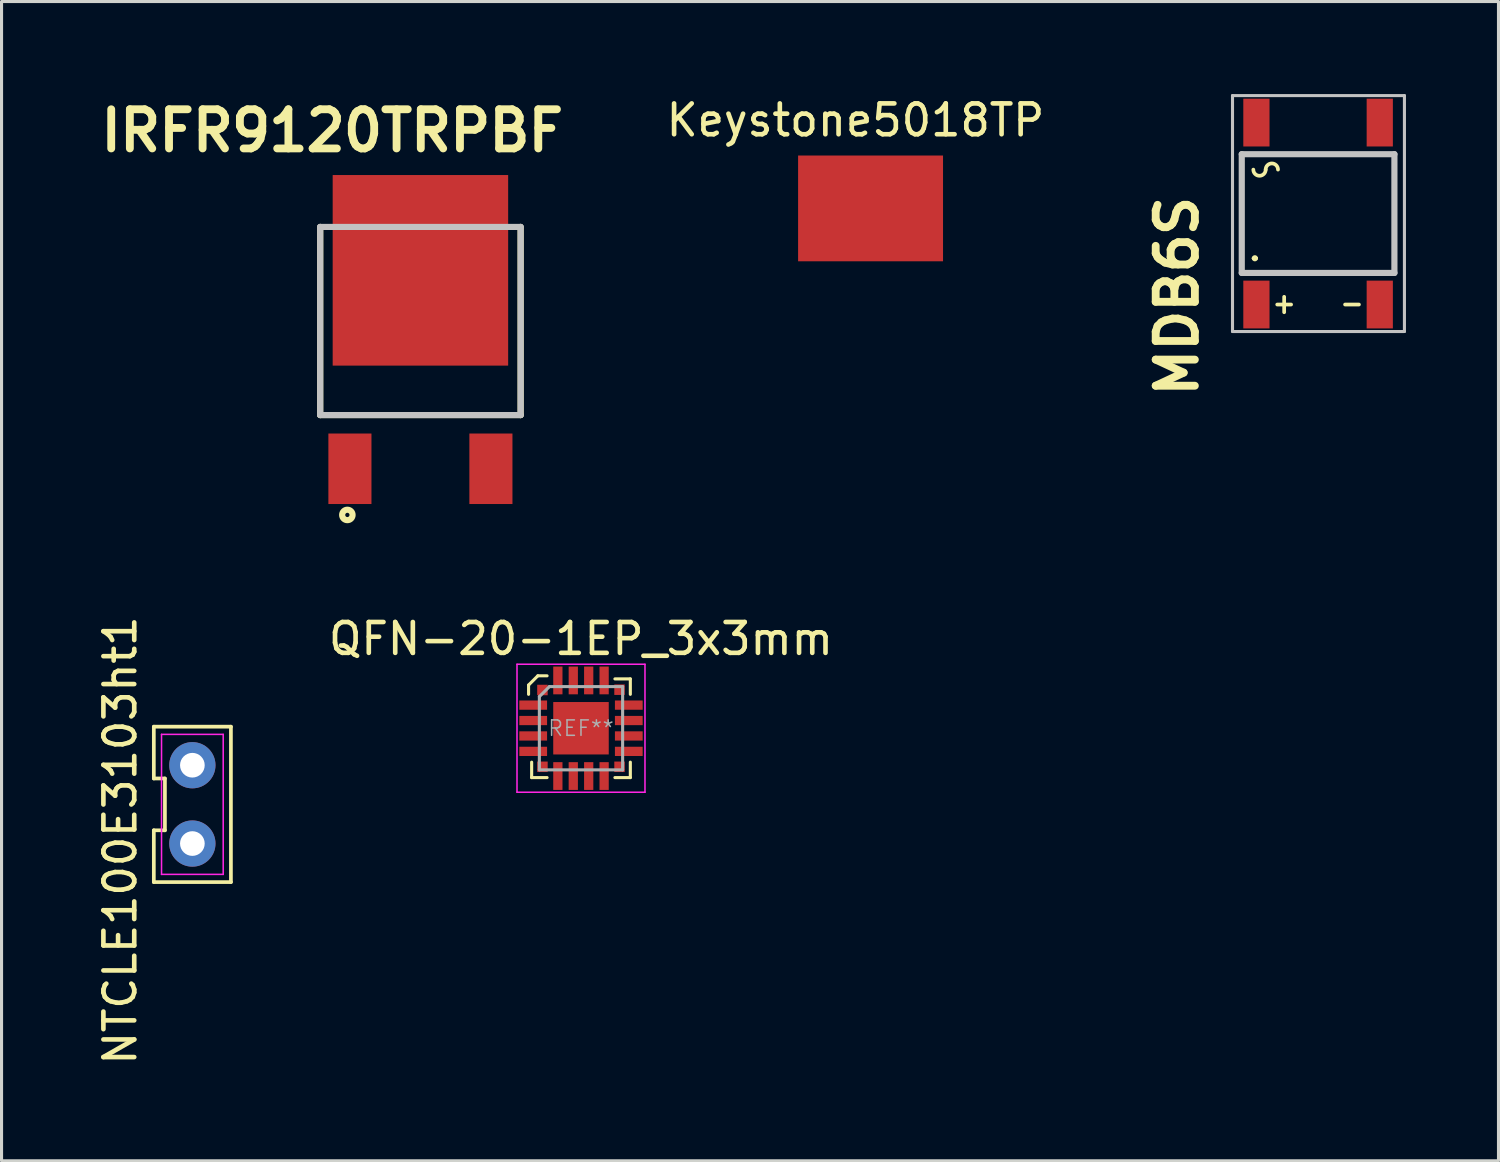
<source format=kicad_pcb>
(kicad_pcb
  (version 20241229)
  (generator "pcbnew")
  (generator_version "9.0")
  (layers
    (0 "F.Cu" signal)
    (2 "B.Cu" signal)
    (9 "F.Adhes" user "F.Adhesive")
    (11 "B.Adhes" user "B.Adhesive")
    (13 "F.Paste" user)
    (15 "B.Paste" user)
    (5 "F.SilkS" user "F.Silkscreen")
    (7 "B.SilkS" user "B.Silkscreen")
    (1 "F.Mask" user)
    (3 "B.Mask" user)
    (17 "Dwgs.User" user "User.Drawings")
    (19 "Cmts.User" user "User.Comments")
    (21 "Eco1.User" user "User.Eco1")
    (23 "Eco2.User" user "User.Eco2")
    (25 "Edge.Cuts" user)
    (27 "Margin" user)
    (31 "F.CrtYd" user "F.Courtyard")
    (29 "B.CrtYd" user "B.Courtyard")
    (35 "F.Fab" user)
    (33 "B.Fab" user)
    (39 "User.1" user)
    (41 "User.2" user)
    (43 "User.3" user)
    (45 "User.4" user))
  (footprint "IRFR9120TRPBF"
    (layer "F.Cu")
    (at 10.583 4.309)
    (property "Reference" "IRFR9120TRPBF" (at -2.86 -3.12 0) (layer "F.SilkS") (effects (font (size 1.27 1.27) (thickness 0.254))))
    (attr smd)
    (fp_line (start -3.25 0) (end -3.25 6.1) (stroke (width 0.2) (type solid)) (layer "F.SilkS"))
    (fp_line (start -3.25 6.1) (end 3.25 6.1) (stroke (width 0.2) (type solid)) (layer "F.SilkS"))
    (fp_line (start 3.25 6.1) (end 3.25 0) (stroke (width 0.2) (type solid)) (layer "F.SilkS"))
    (fp_circle (center -2.369 9.339) (end -2.369 9.408) (stroke (width 0.2) (type solid)) (fill no) (layer "F.SilkS"))
    (fp_line (start -3.25 0) (end 3.25 0) (stroke (width 0.2) (type solid)) (layer "Dwgs.User"))
    (fp_line (start -3.25 6.1) (end -3.25 0) (stroke (width 0.2) (type solid)) (layer "Dwgs.User"))
    (fp_line (start 3.25 0) (end 3.25 6.1) (stroke (width 0.2) (type solid)) (layer "Dwgs.User"))
    (fp_line (start 3.25 6.1) (end -3.25 6.1) (stroke (width 0.2) (type solid)) (layer "Dwgs.User"))
    (pad "1" smd rect (at -2.286 7.842) (size 1.397 2.286) (layers "F.Cu" "F.Paste"))
    (pad "2" smd rect (at 2.286 7.842) (size 1.397 2.286) (layers "F.Cu" "F.Paste"))
    (pad "3" smd rect (at 0 1.407) (size 5.69 6.18) (layers "F.Cu" "F.Paste")))
  (footprint "Keystone5018TP"
    (layer "F.Cu")
    (at 25.18 3.708)
    (property "Reference" "Keystone5018TP" (at -0.49 -2.86 0) (layer "F.SilkS") (effects (font (size 1 1) (thickness 0.15))))
    (attr through_hole)
    (pad "1" smd rect (at 0 0) (size 4.7 3.43) (layers "F.Cu" "F.Mask" "F.Paste")))
  (footprint "QFN-20-1EP_3x3mm"
    (layer "F.Cu")
    (at 15.79 20.565)
    (property "Reference" "QFN-20-1EP_3x3mm" (at 0 -2.9 0) (layer "F.SilkS") (effects (font (size 1 1) (thickness 0.15))))
    (attr through_hole)
    (fp_line (start -1.7 -1.4) (end -1.4 -1.7) (stroke (width 0.1) (type solid)) (layer "F.SilkS"))
    (fp_line (start -1.7 -1.1) (end -1.7 -1.4) (stroke (width 0.1) (type solid)) (layer "F.SilkS"))
    (fp_line (start -1.6 1.1) (end -1.6 1.6) (stroke (width 0.1) (type solid)) (layer "F.SilkS"))
    (fp_line (start -1.6 1.6) (end -1.1 1.6) (stroke (width 0.1) (type solid)) (layer "F.SilkS"))
    (fp_line (start -1.4 -1.7) (end -1.1 -1.7) (stroke (width 0.1) (type solid)) (layer "F.SilkS"))
    (fp_line (start 1.1 -1.6) (end 1.6 -1.6) (stroke (width 0.1) (type solid)) (layer "F.SilkS"))
    (fp_line (start 1.6 -1.6) (end 1.6 -1.1) (stroke (width 0.1) (type solid)) (layer "F.SilkS"))
    (fp_line (start 1.6 1.1) (end 1.6 1.6) (stroke (width 0.1) (type solid)) (layer "F.SilkS"))
    (fp_line (start 1.6 1.6) (end 1.1 1.6) (stroke (width 0.1) (type solid)) (layer "F.SilkS"))
    (fp_line (start -2.075 -2.075) (end -2.075 2.075) (stroke (width 0.05) (type solid)) (layer "F.CrtYd"))
    (fp_line (start -2.075 -2.075) (end 2.075 -2.075) (stroke (width 0.05) (type solid)) (layer "F.CrtYd"))
    (fp_line (start -2.075 2.075) (end 2.075 2.075) (stroke (width 0.05) (type solid)) (layer "F.CrtYd"))
    (fp_line (start 2.075 -2.075) (end 2.075 2.075) (stroke (width 0.05) (type solid)) (layer "F.CrtYd"))
    (fp_line (start -1.35 -1.025) (end -1.35 1.35) (stroke (width 0.1) (type solid)) (layer "F.Fab"))
    (fp_line (start -1.35 1.35) (end 1.35 1.35) (stroke (width 0.1) (type solid)) (layer "F.Fab"))
    (fp_line (start -1.025 -1.35) (end -1.35 -1.025) (stroke (width 0.1) (type solid)) (layer "F.Fab"))
    (fp_line (start -1.025 -1.35) (end 1.35 -1.35) (stroke (width 0.1) (type solid)) (layer "F.Fab"))
    (fp_line (start 1.35 -1.35) (end 1.35 1.35) (stroke (width 0.1) (type solid)) (layer "F.Fab"))
    (fp_text user "REF**" (at 0 0 0) (layer "F.Fab") (effects (font (size 0.5 0.5) (thickness 0.05))))
    (pad "1" smd rect (at -1.25 -1.24) (size 0.34 0.34) (layers "F.Cu" "F.Mask" "F.Paste"))
    (pad "2" smd rect (at -1.55 -0.75) (size 0.9 0.3) (layers "F.Cu" "F.Mask" "F.Paste"))
    (pad "3" smd rect (at -1.55 -0.25) (size 0.9 0.3) (layers "F.Cu" "F.Mask" "F.Paste"))
    (pad "4" smd rect (at -1.55 0.25) (size 0.9 0.3) (layers "F.Cu" "F.Mask" "F.Paste"))
    (pad "5" smd rect (at -1.55 0.75) (size 0.9 0.3) (layers "F.Cu" "F.Mask" "F.Paste"))
    (pad "6" smd rect (at -1.25 1.25) (size 0.34 0.34) (layers "F.Cu" "F.Mask" "F.Paste"))
    (pad "7" smd rect (at -0.75 1.55) (size 0.3 0.9) (layers "F.Cu" "F.Mask" "F.Paste"))
    (pad "8" smd rect (at -0.25 1.55) (size 0.3 0.9) (layers "F.Cu" "F.Mask" "F.Paste"))
    (pad "9" smd rect (at 0.25 1.55) (size 0.3 0.9) (layers "F.Cu" "F.Mask" "F.Paste"))
    (pad "10" smd rect (at 0.75 1.55) (size 0.3 0.9) (layers "F.Cu" "F.Mask" "F.Paste"))
    (pad "11" smd rect (at 1.25 1.25) (size 0.34 0.34) (layers "F.Cu" "F.Mask" "F.Paste"))
    (pad "12" smd rect (at 1.55 0.75) (size 0.9 0.3) (layers "F.Cu" "F.Mask" "F.Paste"))
    (pad "13" smd rect (at 1.55 0.25) (size 0.9 0.3) (layers "F.Cu" "F.Mask" "F.Paste"))
    (pad "14" smd rect (at 1.55 -0.25) (size 0.9 0.3) (layers "F.Cu" "F.Mask" "F.Paste"))
    (pad "15" smd rect (at 1.55 -0.75) (size 0.9 0.3) (layers "F.Cu" "F.Mask" "F.Paste"))
    (pad "16" smd rect (at 1.25 -1.25) (size 0.34 0.34) (layers "F.Cu" "F.Mask" "F.Paste"))
    (pad "17" smd rect (at 0.75 -1.55) (size 0.3 0.9) (layers "F.Cu" "F.Mask" "F.Paste"))
    (pad "18" smd rect (at 0.25 -1.55) (size 0.3 0.9) (layers "F.Cu" "F.Mask" "F.Paste"))
    (pad "19" smd rect (at -0.25 -1.55) (size 0.3 0.9) (layers "F.Cu" "F.Mask" "F.Paste"))
    (pad "20" smd rect (at -0.75 -1.55) (size 0.3 0.9) (layers "F.Cu" "F.Mask" "F.Paste"))
    (pad "21" smd rect (at 0 0) (size 1.8 1.7) (layers "F.Cu" "F.Mask" "F.Paste")))
  (footprint "NTCLE100E3103ht1"
    (layer "F.Cu")
    (at 3.188 23.034)
    (property "Reference" "NTCLE100E3103ht1" (at -2.34 1.17 270) (layer "F.SilkS") (effects (font (size 1 1) (thickness 0.15))))
    (attr through_hole)
    (fp_line (start -1.25 -0.84) (end -0.89 -0.84) (stroke (width 0.12) (type solid)) (layer "F.SilkS"))
    (fp_line (start -1.25 0.84) (end -1.25 2.52) (stroke (width 0.12) (type solid)) (layer "F.SilkS"))
    (fp_line (start -1.25 2.52) (end 1.25 2.52) (stroke (width 0.12) (type solid)) (layer "F.SilkS"))
    (fp_line (start -1.25 -2.52) (end -1.25 -0.84) (stroke (width 0.12) (type solid)) (layer "F.SilkS"))
    (fp_line (start -0.89 -0.84) (end -0.89 0.84) (stroke (width 0.12) (type solid)) (layer "F.SilkS"))
    (fp_line (start -0.89 0.84) (end -1.25 0.84) (stroke (width 0.12) (type solid)) (layer "F.SilkS"))
    (fp_line (start 1.25 2.52) (end 1.25 -2.52) (stroke (width 0.12) (type solid)) (layer "F.SilkS"))
    (fp_line (start 1.25 -2.52) (end -1.25 -2.52) (stroke (width 0.12) (type solid)) (layer "F.SilkS"))
    (fp_line (start -1 -2.27) (end 1 -2.27) (stroke (width 0.05) (type solid)) (layer "F.CrtYd"))
    (fp_line (start -1 2.27) (end -1 -2.27) (stroke (width 0.05) (type solid)) (layer "F.CrtYd"))
    (fp_line (start 1 -2.27) (end 1 2.27) (stroke (width 0.05) (type solid)) (layer "F.CrtYd"))
    (fp_line (start 1 2.27) (end -1 2.27) (stroke (width 0.05) (type solid)) (layer "F.CrtYd"))
    (pad "1" thru_hole circle (at 0 1.27) (size 1.5 1.5) (drill 0.8) (layers "*.Cu" "*.Mask"))
    (pad "2" thru_hole circle (at 0 -1.27) (size 1.5 1.5) (drill 0.8) (layers "*.Cu" "*.Mask")))
  (footprint "MDB6S"
    (layer "F.Cu")
    (at 39.692 3.875)
    (property "Reference" "MDB6S" (at -4.57 2.68 90) (layer "F.SilkS") (effects (font (size 1.27 1.27) (thickness 0.254))))
    (attr smd)
    (fp_line (start -2.475 -1.925) (end -2.475 1.925) (stroke (width 0.1) (type solid)) (layer "F.SilkS"))
    (fp_line (start -2.475 1.925) (end -2 1.925) (stroke (width 0.1) (type solid)) (layer "F.SilkS"))
    (fp_line (start -2.1 1.45) (end -2.1 1.45) (stroke (width 0.1) (type solid)) (layer "F.SilkS"))
    (fp_line (start -2 -1.925) (end -2.475 -1.925) (stroke (width 0.1) (type solid)) (layer "F.SilkS"))
    (fp_line (start -2 1.45) (end -2 1.45) (stroke (width 0.1) (type solid)) (layer "F.SilkS"))
    (fp_line (start -1.325 2.95) (end -0.875 2.95) (stroke (width 0.12) (type solid)) (layer "F.SilkS"))
    (fp_line (start -1.1 2.7) (end -1.1 3.2) (stroke (width 0.12) (type solid)) (layer "F.SilkS"))
    (fp_line (start -0.5 -1.925) (end 0.5 -1.925) (stroke (width 0.1) (type solid)) (layer "F.SilkS"))
    (fp_line (start -0.5 1.925) (end 0.5 1.925) (stroke (width 0.1) (type solid)) (layer "F.SilkS"))
    (fp_line (start 0.875 2.95) (end 1.325 2.95) (stroke (width 0.12) (type solid)) (layer "F.SilkS"))
    (fp_line (start 2 -1.925) (end 2.475 -1.925) (stroke (width 0.1) (type solid)) (layer "F.SilkS"))
    (fp_line (start 2.475 -1.925) (end 2.475 1.925) (stroke (width 0.1) (type solid)) (layer "F.SilkS"))
    (fp_line (start 2.475 1.925) (end 2 1.925) (stroke (width 0.1) (type solid)) (layer "F.SilkS"))
    (fp_arc (start -2.1 1.45) (mid -2.05 1.4) (end -2 1.45) (stroke (width 0.1) (type solid)) (layer "F.SilkS"))
    (fp_arc (start -2 1.45) (mid -2.05 1.5) (end -2.1 1.45) (stroke (width 0.1) (type solid)) (layer "F.SilkS"))
    (fp_arc (start -1.7 -1.425) (mid -1.9 -1.225) (end -2.1 -1.425) (stroke (width 0.12) (type solid)) (layer "F.SilkS"))
    (fp_arc (start -1.7 -1.425) (mid -1.5 -1.625) (end -1.3 -1.425) (stroke (width 0.12) (type solid)) (layer "F.SilkS"))
    (fp_line (start -2.775 -3.825) (end 2.8 -3.825) (stroke (width 0.1) (type solid)) (layer "Dwgs.User"))
    (fp_line (start -2.775 3.825) (end -2.775 -3.825) (stroke (width 0.1) (type solid)) (layer "Dwgs.User"))
    (fp_line (start -2.475 -1.925) (end 2.475 -1.925) (stroke (width 0.2) (type solid)) (layer "Dwgs.User"))
    (fp_line (start -2.475 1.925) (end -2.475 -1.925) (stroke (width 0.2) (type solid)) (layer "Dwgs.User"))
    (fp_line (start 2.475 -1.925) (end 2.475 1.925) (stroke (width 0.2) (type solid)) (layer "Dwgs.User"))
    (fp_line (start 2.475 1.925) (end -2.475 1.925) (stroke (width 0.2) (type solid)) (layer "Dwgs.User"))
    (fp_line (start 2.8 -3.825) (end 2.8 3.825) (stroke (width 0.1) (type solid)) (layer "Dwgs.User"))
    (fp_line (start 2.8 3.825) (end -2.775 3.825) (stroke (width 0.1) (type solid)) (layer "Dwgs.User"))
    (pad "1" smd rect (at -2 2.95) (size 0.85 1.55) (layers "F.Cu" "F.Mask" "F.Paste"))
    (pad "2" smd rect (at 2 2.95) (size 0.85 1.55) (layers "F.Cu" "F.Mask" "F.Paste"))
    (pad "3" smd rect (at 2 -2.95) (size 0.85 1.55) (layers "F.Cu" "F.Mask" "F.Paste"))
    (pad "4" smd rect (at -2 -2.95) (size 0.85 1.55) (layers "F.Cu" "F.Mask" "F.Paste")))
  (gr_rect
    (start -3 -3)
    (end 45.542 34.591)
    (stroke (width 0.1) (type default))
    (fill no)
    (layer "Edge.Cuts")))
</source>
